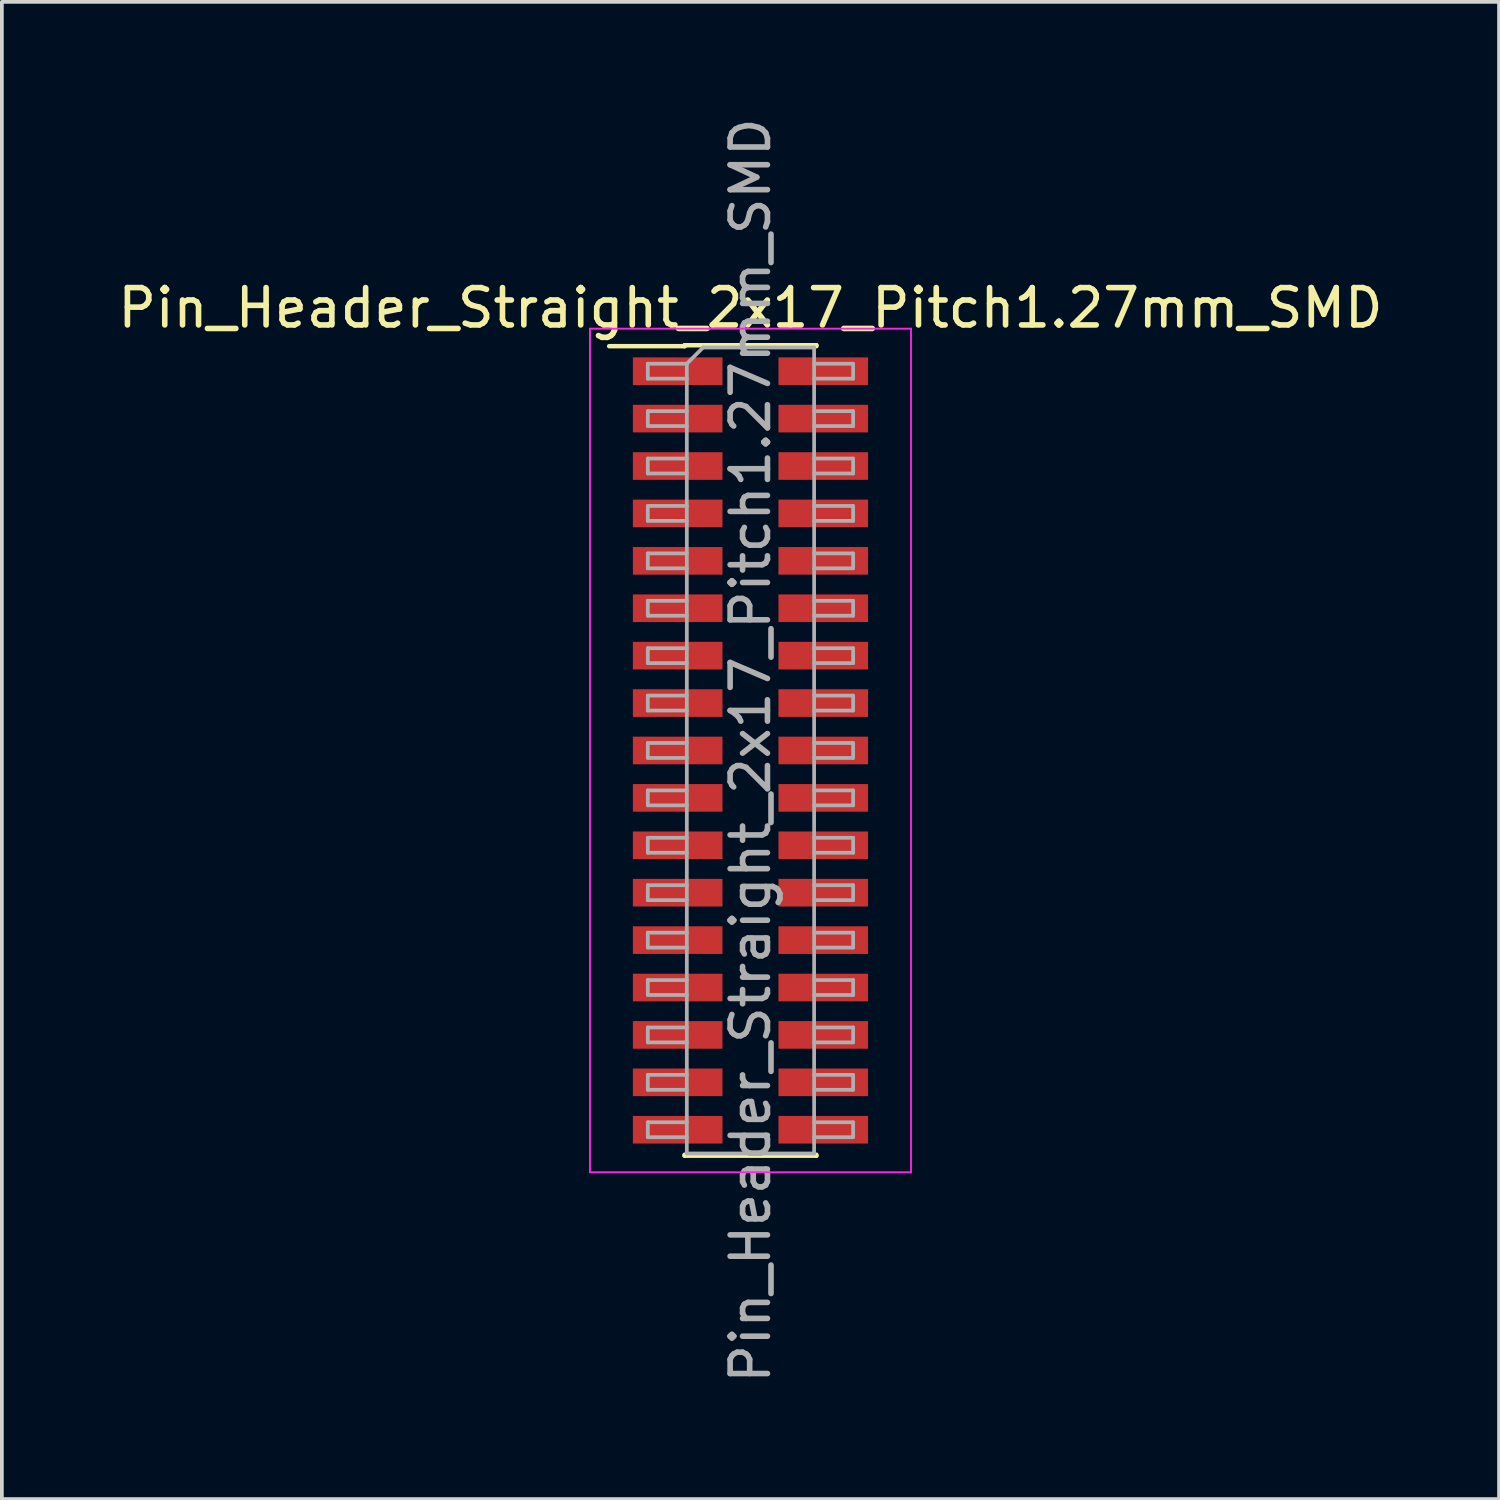
<source format=kicad_pcb>
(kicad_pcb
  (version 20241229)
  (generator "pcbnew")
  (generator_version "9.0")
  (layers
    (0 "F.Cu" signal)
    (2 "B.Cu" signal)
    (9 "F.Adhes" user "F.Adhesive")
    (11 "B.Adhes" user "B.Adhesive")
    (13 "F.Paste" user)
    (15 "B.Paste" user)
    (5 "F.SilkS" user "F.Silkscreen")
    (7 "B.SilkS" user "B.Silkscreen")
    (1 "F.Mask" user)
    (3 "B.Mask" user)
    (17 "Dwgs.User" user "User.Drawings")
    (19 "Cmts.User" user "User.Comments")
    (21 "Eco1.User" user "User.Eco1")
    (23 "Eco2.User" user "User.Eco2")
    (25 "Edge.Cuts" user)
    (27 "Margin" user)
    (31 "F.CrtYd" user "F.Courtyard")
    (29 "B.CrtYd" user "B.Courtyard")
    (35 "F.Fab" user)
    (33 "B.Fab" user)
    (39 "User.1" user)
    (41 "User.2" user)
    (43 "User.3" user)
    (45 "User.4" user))
  (footprint "Pin_Header_Straight_2x17_Pitch1.27mm_SMD"
    (layer "F.Cu")
    (at 17.054 17.054)
    (property "Reference" "Pin_Header_Straight_2x17_Pitch1.27mm_SMD" (at 0 -11.855 0) (layer "F.SilkS") (effects (font (size 1 1) (thickness 0.15))))
    (attr smd)
    (fp_line (start -3.785 -10.83) (end -1.765 -10.83) (stroke (width 0.12) (type solid)) (layer "F.SilkS"))
    (fp_line (start -1.765 -10.855) (end 1.765 -10.855) (stroke (width 0.12) (type solid)) (layer "F.SilkS"))
    (fp_line (start -1.765 -10.83) (end -1.765 -10.855) (stroke (width 0.12) (type solid)) (layer "F.SilkS"))
    (fp_line (start -1.765 10.83) (end -1.765 10.855) (stroke (width 0.12) (type solid)) (layer "F.SilkS"))
    (fp_line (start -1.765 10.855) (end 1.765 10.855) (stroke (width 0.12) (type solid)) (layer "F.SilkS"))
    (fp_line (start 1.765 -10.855) (end 1.765 -10.83) (stroke (width 0.12) (type solid)) (layer "F.SilkS"))
    (fp_line (start 1.765 10.855) (end 1.765 10.83) (stroke (width 0.12) (type solid)) (layer "F.SilkS"))
    (fp_line (start -4.3 -11.3) (end -4.3 11.3) (stroke (width 0.05) (type solid)) (layer "F.CrtYd"))
    (fp_line (start -4.3 11.3) (end 4.3 11.3) (stroke (width 0.05) (type solid)) (layer "F.CrtYd"))
    (fp_line (start 4.3 -11.3) (end -4.3 -11.3) (stroke (width 0.05) (type solid)) (layer "F.CrtYd"))
    (fp_line (start 4.3 11.3) (end 4.3 -11.3) (stroke (width 0.05) (type solid)) (layer "F.CrtYd"))
    (fp_line (start -2.75 -10.36) (end -2.75 -9.96) (stroke (width 0.1) (type solid)) (layer "F.Fab"))
    (fp_line (start -2.75 -9.96) (end -1.705 -9.96) (stroke (width 0.1) (type solid)) (layer "F.Fab"))
    (fp_line (start -2.75 -9.09) (end -2.75 -8.69) (stroke (width 0.1) (type solid)) (layer "F.Fab"))
    (fp_line (start -2.75 -8.69) (end -1.705 -8.69) (stroke (width 0.1) (type solid)) (layer "F.Fab"))
    (fp_line (start -2.75 -7.82) (end -2.75 -7.42) (stroke (width 0.1) (type solid)) (layer "F.Fab"))
    (fp_line (start -2.75 -7.42) (end -1.705 -7.42) (stroke (width 0.1) (type solid)) (layer "F.Fab"))
    (fp_line (start -2.75 -6.55) (end -2.75 -6.15) (stroke (width 0.1) (type solid)) (layer "F.Fab"))
    (fp_line (start -2.75 -6.15) (end -1.705 -6.15) (stroke (width 0.1) (type solid)) (layer "F.Fab"))
    (fp_line (start -2.75 -5.28) (end -2.75 -4.88) (stroke (width 0.1) (type solid)) (layer "F.Fab"))
    (fp_line (start -2.75 -4.88) (end -1.705 -4.88) (stroke (width 0.1) (type solid)) (layer "F.Fab"))
    (fp_line (start -2.75 -4.01) (end -2.75 -3.61) (stroke (width 0.1) (type solid)) (layer "F.Fab"))
    (fp_line (start -2.75 -3.61) (end -1.705 -3.61) (stroke (width 0.1) (type solid)) (layer "F.Fab"))
    (fp_line (start -2.75 -2.74) (end -2.75 -2.34) (stroke (width 0.1) (type solid)) (layer "F.Fab"))
    (fp_line (start -2.75 -2.34) (end -1.705 -2.34) (stroke (width 0.1) (type solid)) (layer "F.Fab"))
    (fp_line (start -2.75 -1.47) (end -2.75 -1.07) (stroke (width 0.1) (type solid)) (layer "F.Fab"))
    (fp_line (start -2.75 -1.07) (end -1.705 -1.07) (stroke (width 0.1) (type solid)) (layer "F.Fab"))
    (fp_line (start -2.75 -0.2) (end -2.75 0.2) (stroke (width 0.1) (type solid)) (layer "F.Fab"))
    (fp_line (start -2.75 0.2) (end -1.705 0.2) (stroke (width 0.1) (type solid)) (layer "F.Fab"))
    (fp_line (start -2.75 1.07) (end -2.75 1.47) (stroke (width 0.1) (type solid)) (layer "F.Fab"))
    (fp_line (start -2.75 1.47) (end -1.705 1.47) (stroke (width 0.1) (type solid)) (layer "F.Fab"))
    (fp_line (start -2.75 2.34) (end -2.75 2.74) (stroke (width 0.1) (type solid)) (layer "F.Fab"))
    (fp_line (start -2.75 2.74) (end -1.705 2.74) (stroke (width 0.1) (type solid)) (layer "F.Fab"))
    (fp_line (start -2.75 3.61) (end -2.75 4.01) (stroke (width 0.1) (type solid)) (layer "F.Fab"))
    (fp_line (start -2.75 4.01) (end -1.705 4.01) (stroke (width 0.1) (type solid)) (layer "F.Fab"))
    (fp_line (start -2.75 4.88) (end -2.75 5.28) (stroke (width 0.1) (type solid)) (layer "F.Fab"))
    (fp_line (start -2.75 5.28) (end -1.705 5.28) (stroke (width 0.1) (type solid)) (layer "F.Fab"))
    (fp_line (start -2.75 6.15) (end -2.75 6.55) (stroke (width 0.1) (type solid)) (layer "F.Fab"))
    (fp_line (start -2.75 6.55) (end -1.705 6.55) (stroke (width 0.1) (type solid)) (layer "F.Fab"))
    (fp_line (start -2.75 7.42) (end -2.75 7.82) (stroke (width 0.1) (type solid)) (layer "F.Fab"))
    (fp_line (start -2.75 7.82) (end -1.705 7.82) (stroke (width 0.1) (type solid)) (layer "F.Fab"))
    (fp_line (start -2.75 8.69) (end -2.75 9.09) (stroke (width 0.1) (type solid)) (layer "F.Fab"))
    (fp_line (start -2.75 9.09) (end -1.705 9.09) (stroke (width 0.1) (type solid)) (layer "F.Fab"))
    (fp_line (start -2.75 9.96) (end -2.75 10.36) (stroke (width 0.1) (type solid)) (layer "F.Fab"))
    (fp_line (start -2.75 10.36) (end -1.705 10.36) (stroke (width 0.1) (type solid)) (layer "F.Fab"))
    (fp_line (start -1.705 -10.36) (end -2.75 -10.36) (stroke (width 0.1) (type solid)) (layer "F.Fab"))
    (fp_line (start -1.705 -10.36) (end -1.27 -10.795) (stroke (width 0.1) (type solid)) (layer "F.Fab"))
    (fp_line (start -1.705 -9.09) (end -2.75 -9.09) (stroke (width 0.1) (type solid)) (layer "F.Fab"))
    (fp_line (start -1.705 -7.82) (end -2.75 -7.82) (stroke (width 0.1) (type solid)) (layer "F.Fab"))
    (fp_line (start -1.705 -6.55) (end -2.75 -6.55) (stroke (width 0.1) (type solid)) (layer "F.Fab"))
    (fp_line (start -1.705 -5.28) (end -2.75 -5.28) (stroke (width 0.1) (type solid)) (layer "F.Fab"))
    (fp_line (start -1.705 -4.01) (end -2.75 -4.01) (stroke (width 0.1) (type solid)) (layer "F.Fab"))
    (fp_line (start -1.705 -2.74) (end -2.75 -2.74) (stroke (width 0.1) (type solid)) (layer "F.Fab"))
    (fp_line (start -1.705 -1.47) (end -2.75 -1.47) (stroke (width 0.1) (type solid)) (layer "F.Fab"))
    (fp_line (start -1.705 -0.2) (end -2.75 -0.2) (stroke (width 0.1) (type solid)) (layer "F.Fab"))
    (fp_line (start -1.705 1.07) (end -2.75 1.07) (stroke (width 0.1) (type solid)) (layer "F.Fab"))
    (fp_line (start -1.705 2.34) (end -2.75 2.34) (stroke (width 0.1) (type solid)) (layer "F.Fab"))
    (fp_line (start -1.705 3.61) (end -2.75 3.61) (stroke (width 0.1) (type solid)) (layer "F.Fab"))
    (fp_line (start -1.705 4.88) (end -2.75 4.88) (stroke (width 0.1) (type solid)) (layer "F.Fab"))
    (fp_line (start -1.705 6.15) (end -2.75 6.15) (stroke (width 0.1) (type solid)) (layer "F.Fab"))
    (fp_line (start -1.705 7.42) (end -2.75 7.42) (stroke (width 0.1) (type solid)) (layer "F.Fab"))
    (fp_line (start -1.705 8.69) (end -2.75 8.69) (stroke (width 0.1) (type solid)) (layer "F.Fab"))
    (fp_line (start -1.705 9.96) (end -2.75 9.96) (stroke (width 0.1) (type solid)) (layer "F.Fab"))
    (fp_line (start -1.705 10.795) (end -1.705 -10.36) (stroke (width 0.1) (type solid)) (layer "F.Fab"))
    (fp_line (start -1.27 -10.795) (end 1.705 -10.795) (stroke (width 0.1) (type solid)) (layer "F.Fab"))
    (fp_line (start 1.705 -10.795) (end 1.705 10.795) (stroke (width 0.1) (type solid)) (layer "F.Fab"))
    (fp_line (start 1.705 -10.36) (end 2.75 -10.36) (stroke (width 0.1) (type solid)) (layer "F.Fab"))
    (fp_line (start 1.705 -9.09) (end 2.75 -9.09) (stroke (width 0.1) (type solid)) (layer "F.Fab"))
    (fp_line (start 1.705 -7.82) (end 2.75 -7.82) (stroke (width 0.1) (type solid)) (layer "F.Fab"))
    (fp_line (start 1.705 -6.55) (end 2.75 -6.55) (stroke (width 0.1) (type solid)) (layer "F.Fab"))
    (fp_line (start 1.705 -5.28) (end 2.75 -5.28) (stroke (width 0.1) (type solid)) (layer "F.Fab"))
    (fp_line (start 1.705 -4.01) (end 2.75 -4.01) (stroke (width 0.1) (type solid)) (layer "F.Fab"))
    (fp_line (start 1.705 -2.74) (end 2.75 -2.74) (stroke (width 0.1) (type solid)) (layer "F.Fab"))
    (fp_line (start 1.705 -1.47) (end 2.75 -1.47) (stroke (width 0.1) (type solid)) (layer "F.Fab"))
    (fp_line (start 1.705 -0.2) (end 2.75 -0.2) (stroke (width 0.1) (type solid)) (layer "F.Fab"))
    (fp_line (start 1.705 1.07) (end 2.75 1.07) (stroke (width 0.1) (type solid)) (layer "F.Fab"))
    (fp_line (start 1.705 2.34) (end 2.75 2.34) (stroke (width 0.1) (type solid)) (layer "F.Fab"))
    (fp_line (start 1.705 3.61) (end 2.75 3.61) (stroke (width 0.1) (type solid)) (layer "F.Fab"))
    (fp_line (start 1.705 4.88) (end 2.75 4.88) (stroke (width 0.1) (type solid)) (layer "F.Fab"))
    (fp_line (start 1.705 6.15) (end 2.75 6.15) (stroke (width 0.1) (type solid)) (layer "F.Fab"))
    (fp_line (start 1.705 7.42) (end 2.75 7.42) (stroke (width 0.1) (type solid)) (layer "F.Fab"))
    (fp_line (start 1.705 8.69) (end 2.75 8.69) (stroke (width 0.1) (type solid)) (layer "F.Fab"))
    (fp_line (start 1.705 9.96) (end 2.75 9.96) (stroke (width 0.1) (type solid)) (layer "F.Fab"))
    (fp_line (start 1.705 10.795) (end -1.705 10.795) (stroke (width 0.1) (type solid)) (layer "F.Fab"))
    (fp_line (start 2.75 -10.36) (end 2.75 -9.96) (stroke (width 0.1) (type solid)) (layer "F.Fab"))
    (fp_line (start 2.75 -9.96) (end 1.705 -9.96) (stroke (width 0.1) (type solid)) (layer "F.Fab"))
    (fp_line (start 2.75 -9.09) (end 2.75 -8.69) (stroke (width 0.1) (type solid)) (layer "F.Fab"))
    (fp_line (start 2.75 -8.69) (end 1.705 -8.69) (stroke (width 0.1) (type solid)) (layer "F.Fab"))
    (fp_line (start 2.75 -7.82) (end 2.75 -7.42) (stroke (width 0.1) (type solid)) (layer "F.Fab"))
    (fp_line (start 2.75 -7.42) (end 1.705 -7.42) (stroke (width 0.1) (type solid)) (layer "F.Fab"))
    (fp_line (start 2.75 -6.55) (end 2.75 -6.15) (stroke (width 0.1) (type solid)) (layer "F.Fab"))
    (fp_line (start 2.75 -6.15) (end 1.705 -6.15) (stroke (width 0.1) (type solid)) (layer "F.Fab"))
    (fp_line (start 2.75 -5.28) (end 2.75 -4.88) (stroke (width 0.1) (type solid)) (layer "F.Fab"))
    (fp_line (start 2.75 -4.88) (end 1.705 -4.88) (stroke (width 0.1) (type solid)) (layer "F.Fab"))
    (fp_line (start 2.75 -4.01) (end 2.75 -3.61) (stroke (width 0.1) (type solid)) (layer "F.Fab"))
    (fp_line (start 2.75 -3.61) (end 1.705 -3.61) (stroke (width 0.1) (type solid)) (layer "F.Fab"))
    (fp_line (start 2.75 -2.74) (end 2.75 -2.34) (stroke (width 0.1) (type solid)) (layer "F.Fab"))
    (fp_line (start 2.75 -2.34) (end 1.705 -2.34) (stroke (width 0.1) (type solid)) (layer "F.Fab"))
    (fp_line (start 2.75 -1.47) (end 2.75 -1.07) (stroke (width 0.1) (type solid)) (layer "F.Fab"))
    (fp_line (start 2.75 -1.07) (end 1.705 -1.07) (stroke (width 0.1) (type solid)) (layer "F.Fab"))
    (fp_line (start 2.75 -0.2) (end 2.75 0.2) (stroke (width 0.1) (type solid)) (layer "F.Fab"))
    (fp_line (start 2.75 0.2) (end 1.705 0.2) (stroke (width 0.1) (type solid)) (layer "F.Fab"))
    (fp_line (start 2.75 1.07) (end 2.75 1.47) (stroke (width 0.1) (type solid)) (layer "F.Fab"))
    (fp_line (start 2.75 1.47) (end 1.705 1.47) (stroke (width 0.1) (type solid)) (layer "F.Fab"))
    (fp_line (start 2.75 2.34) (end 2.75 2.74) (stroke (width 0.1) (type solid)) (layer "F.Fab"))
    (fp_line (start 2.75 2.74) (end 1.705 2.74) (stroke (width 0.1) (type solid)) (layer "F.Fab"))
    (fp_line (start 2.75 3.61) (end 2.75 4.01) (stroke (width 0.1) (type solid)) (layer "F.Fab"))
    (fp_line (start 2.75 4.01) (end 1.705 4.01) (stroke (width 0.1) (type solid)) (layer "F.Fab"))
    (fp_line (start 2.75 4.88) (end 2.75 5.28) (stroke (width 0.1) (type solid)) (layer "F.Fab"))
    (fp_line (start 2.75 5.28) (end 1.705 5.28) (stroke (width 0.1) (type solid)) (layer "F.Fab"))
    (fp_line (start 2.75 6.15) (end 2.75 6.55) (stroke (width 0.1) (type solid)) (layer "F.Fab"))
    (fp_line (start 2.75 6.55) (end 1.705 6.55) (stroke (width 0.1) (type solid)) (layer "F.Fab"))
    (fp_line (start 2.75 7.42) (end 2.75 7.82) (stroke (width 0.1) (type solid)) (layer "F.Fab"))
    (fp_line (start 2.75 7.82) (end 1.705 7.82) (stroke (width 0.1) (type solid)) (layer "F.Fab"))
    (fp_line (start 2.75 8.69) (end 2.75 9.09) (stroke (width 0.1) (type solid)) (layer "F.Fab"))
    (fp_line (start 2.75 9.09) (end 1.705 9.09) (stroke (width 0.1) (type solid)) (layer "F.Fab"))
    (fp_line (start 2.75 9.96) (end 2.75 10.36) (stroke (width 0.1) (type solid)) (layer "F.Fab"))
    (fp_line (start 2.75 10.36) (end 1.705 10.36) (stroke (width 0.1) (type solid)) (layer "F.Fab"))
    (fp_text user "${REFERENCE}" (at 0 0 90) (layer "F.Fab") (effects (font (size 1 1) (thickness 0.15))))
    (pad "1" smd rect (at -1.95 -10.16) (size 2.4 0.74) (layers "F.Cu" "F.Mask" "F.Paste"))
    (pad "2" smd rect (at 1.95 -10.16) (size 2.4 0.74) (layers "F.Cu" "F.Mask" "F.Paste"))
    (pad "3" smd rect (at -1.95 -8.89) (size 2.4 0.74) (layers "F.Cu" "F.Mask" "F.Paste"))
    (pad "4" smd rect (at 1.95 -8.89) (size 2.4 0.74) (layers "F.Cu" "F.Mask" "F.Paste"))
    (pad "5" smd rect (at -1.95 -7.62) (size 2.4 0.74) (layers "F.Cu" "F.Mask" "F.Paste"))
    (pad "6" smd rect (at 1.95 -7.62) (size 2.4 0.74) (layers "F.Cu" "F.Mask" "F.Paste"))
    (pad "7" smd rect (at -1.95 -6.35) (size 2.4 0.74) (layers "F.Cu" "F.Mask" "F.Paste"))
    (pad "8" smd rect (at 1.95 -6.35) (size 2.4 0.74) (layers "F.Cu" "F.Mask" "F.Paste"))
    (pad "9" smd rect (at -1.95 -5.08) (size 2.4 0.74) (layers "F.Cu" "F.Mask" "F.Paste"))
    (pad "10" smd rect (at 1.95 -5.08) (size 2.4 0.74) (layers "F.Cu" "F.Mask" "F.Paste"))
    (pad "11" smd rect (at -1.95 -3.81) (size 2.4 0.74) (layers "F.Cu" "F.Mask" "F.Paste"))
    (pad "12" smd rect (at 1.95 -3.81) (size 2.4 0.74) (layers "F.Cu" "F.Mask" "F.Paste"))
    (pad "13" smd rect (at -1.95 -2.54) (size 2.4 0.74) (layers "F.Cu" "F.Mask" "F.Paste"))
    (pad "14" smd rect (at 1.95 -2.54) (size 2.4 0.74) (layers "F.Cu" "F.Mask" "F.Paste"))
    (pad "15" smd rect (at -1.95 -1.27) (size 2.4 0.74) (layers "F.Cu" "F.Mask" "F.Paste"))
    (pad "16" smd rect (at 1.95 -1.27) (size 2.4 0.74) (layers "F.Cu" "F.Mask" "F.Paste"))
    (pad "17" smd rect (at -1.95 0) (size 2.4 0.74) (layers "F.Cu" "F.Mask" "F.Paste"))
    (pad "18" smd rect (at 1.95 0) (size 2.4 0.74) (layers "F.Cu" "F.Mask" "F.Paste"))
    (pad "19" smd rect (at -1.95 1.27) (size 2.4 0.74) (layers "F.Cu" "F.Mask" "F.Paste"))
    (pad "20" smd rect (at 1.95 1.27) (size 2.4 0.74) (layers "F.Cu" "F.Mask" "F.Paste"))
    (pad "21" smd rect (at -1.95 2.54) (size 2.4 0.74) (layers "F.Cu" "F.Mask" "F.Paste"))
    (pad "22" smd rect (at 1.95 2.54) (size 2.4 0.74) (layers "F.Cu" "F.Mask" "F.Paste"))
    (pad "23" smd rect (at -1.95 3.81) (size 2.4 0.74) (layers "F.Cu" "F.Mask" "F.Paste"))
    (pad "24" smd rect (at 1.95 3.81) (size 2.4 0.74) (layers "F.Cu" "F.Mask" "F.Paste"))
    (pad "25" smd rect (at -1.95 5.08) (size 2.4 0.74) (layers "F.Cu" "F.Mask" "F.Paste"))
    (pad "26" smd rect (at 1.95 5.08) (size 2.4 0.74) (layers "F.Cu" "F.Mask" "F.Paste"))
    (pad "27" smd rect (at -1.95 6.35) (size 2.4 0.74) (layers "F.Cu" "F.Mask" "F.Paste"))
    (pad "28" smd rect (at 1.95 6.35) (size 2.4 0.74) (layers "F.Cu" "F.Mask" "F.Paste"))
    (pad "29" smd rect (at -1.95 7.62) (size 2.4 0.74) (layers "F.Cu" "F.Mask" "F.Paste"))
    (pad "30" smd rect (at 1.95 7.62) (size 2.4 0.74) (layers "F.Cu" "F.Mask" "F.Paste"))
    (pad "31" smd rect (at -1.95 8.89) (size 2.4 0.74) (layers "F.Cu" "F.Mask" "F.Paste"))
    (pad "32" smd rect (at 1.95 8.89) (size 2.4 0.74) (layers "F.Cu" "F.Mask" "F.Paste"))
    (pad "33" smd rect (at -1.95 10.16) (size 2.4 0.74) (layers "F.Cu" "F.Mask" "F.Paste"))
    (pad "34" smd rect (at 1.95 10.16) (size 2.4 0.74) (layers "F.Cu" "F.Mask" "F.Paste")))
  (gr_rect
    (start -3 -3)
    (end 37.107 37.107)
    (stroke (width 0.1) (type default))
    (fill no)
    (layer "Edge.Cuts")))
</source>
